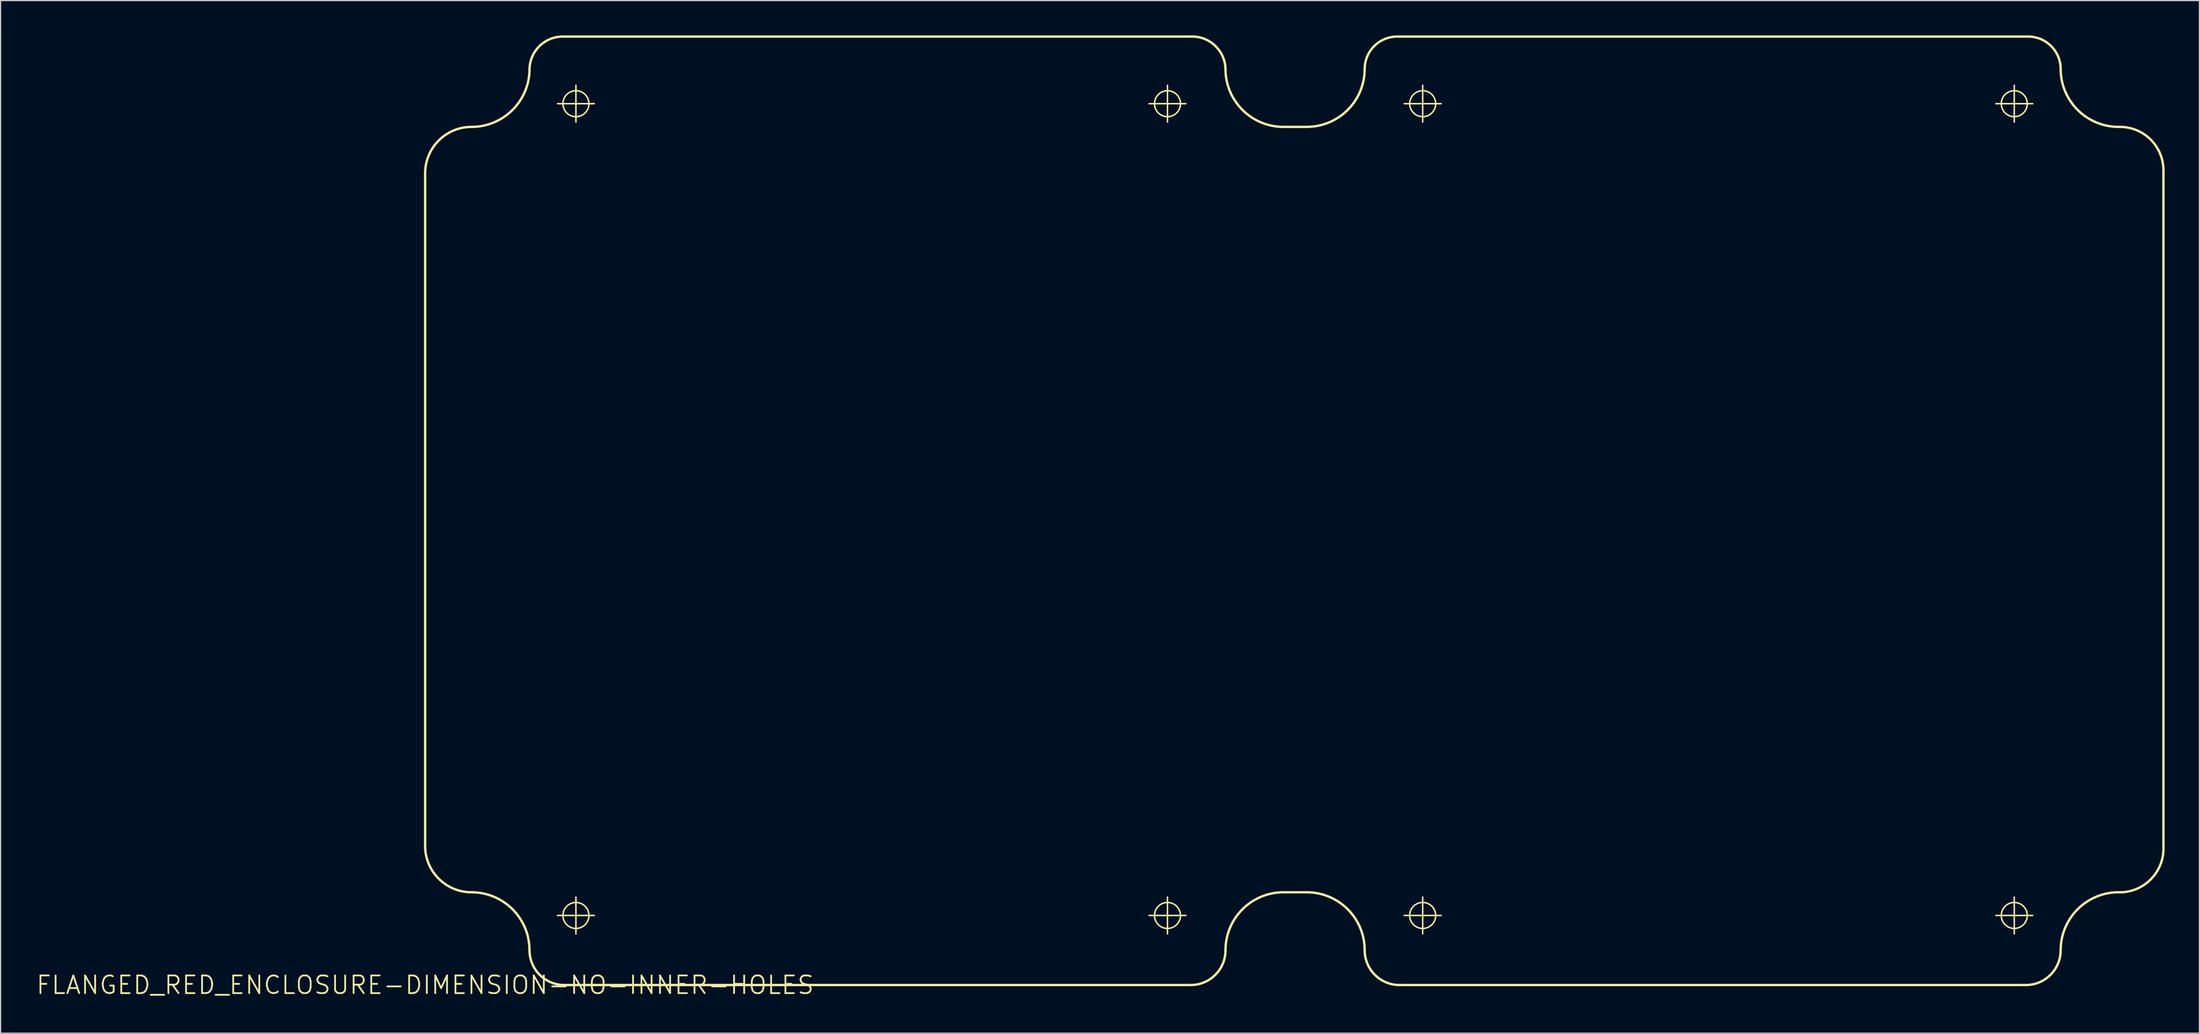
<source format=kicad_pcb>
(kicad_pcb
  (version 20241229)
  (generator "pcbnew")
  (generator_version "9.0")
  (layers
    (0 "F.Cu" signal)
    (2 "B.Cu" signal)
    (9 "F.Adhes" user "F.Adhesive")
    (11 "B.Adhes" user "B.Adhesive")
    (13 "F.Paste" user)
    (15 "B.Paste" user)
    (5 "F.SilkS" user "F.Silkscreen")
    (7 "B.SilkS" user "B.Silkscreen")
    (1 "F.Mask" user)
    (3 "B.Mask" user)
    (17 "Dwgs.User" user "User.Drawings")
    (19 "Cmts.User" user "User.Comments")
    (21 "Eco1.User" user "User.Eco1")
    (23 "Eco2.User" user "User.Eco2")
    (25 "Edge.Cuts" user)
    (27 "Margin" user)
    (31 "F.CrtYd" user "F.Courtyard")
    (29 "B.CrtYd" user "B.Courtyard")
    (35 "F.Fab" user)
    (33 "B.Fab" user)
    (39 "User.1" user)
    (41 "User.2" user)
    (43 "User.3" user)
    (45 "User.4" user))
  (footprint "FLANGED_RED_ENCLOSURE-DIMENSION-NO-INNER-HOLES"
    (layer "F.Cu")
    (at 33.601 81.891)
    (property "Reference" "FLANGED_RED_ENCLOSURE-DIMENSION-NO-INNER-HOLES" (at 0 0 0) (layer "F.SilkS") (effects (font (size 1.524 1.524) (thickness 0.15))))
    (attr exclude_from_pos_files exclude_from_bom)
    (fp_line (start 0 -70) (end 0 -11.999) (stroke (width 0.203) (type solid)) (layer "F.SilkS"))
    (fp_line (start 11.412 -75.999) (end 14.587 -75.999) (stroke (width 0.127) (type solid)) (layer "F.SilkS"))
    (fp_line (start 11.412 -5.999) (end 14.587 -5.999) (stroke (width 0.127) (type solid)) (layer "F.SilkS"))
    (fp_line (start 11.999 0) (end 65.999 0) (stroke (width 0.203) (type solid)) (layer "F.SilkS"))
    (fp_line (start 13 -74.412) (end 13 -77.587) (stroke (width 0.127) (type solid)) (layer "F.SilkS"))
    (fp_line (start 13 -4.412) (end 13 -7.587) (stroke (width 0.127) (type solid)) (layer "F.SilkS"))
    (fp_line (start 62.41 -75.999) (end 65.585 -75.999) (stroke (width 0.127) (type solid)) (layer "F.SilkS"))
    (fp_line (start 62.41 -5.999) (end 65.585 -5.999) (stroke (width 0.127) (type solid)) (layer "F.SilkS"))
    (fp_line (start 63.998 -74.412) (end 63.998 -77.587) (stroke (width 0.127) (type solid)) (layer "F.SilkS"))
    (fp_line (start 63.998 -4.412) (end 63.998 -7.587) (stroke (width 0.127) (type solid)) (layer "F.SilkS"))
    (fp_line (start 66.04 -81.788) (end 11.938 -81.788) (stroke (width 0.203) (type solid)) (layer "F.SilkS"))
    (fp_line (start 73.998 -73.998) (end 75.999 -73.998) (stroke (width 0.203) (type solid)) (layer "F.SilkS"))
    (fp_line (start 73.998 -7.998) (end 75.999 -7.998) (stroke (width 0.203) (type solid)) (layer "F.SilkS"))
    (fp_line (start 83.998 0) (end 137.998 0) (stroke (width 0.203) (type solid)) (layer "F.SilkS"))
    (fp_line (start 84.412 -75.999) (end 87.587 -75.999) (stroke (width 0.127) (type solid)) (layer "F.SilkS"))
    (fp_line (start 84.412 -5.999) (end 87.587 -5.999) (stroke (width 0.127) (type solid)) (layer "F.SilkS"))
    (fp_line (start 85.999 -74.412) (end 85.999 -77.587) (stroke (width 0.127) (type solid)) (layer "F.SilkS"))
    (fp_line (start 85.999 -4.412) (end 85.999 -7.587) (stroke (width 0.127) (type solid)) (layer "F.SilkS"))
    (fp_line (start 135.412 -75.999) (end 138.587 -75.999) (stroke (width 0.127) (type solid)) (layer "F.SilkS"))
    (fp_line (start 135.412 -5.999) (end 138.587 -5.999) (stroke (width 0.127) (type solid)) (layer "F.SilkS"))
    (fp_line (start 137 -74.412) (end 137 -77.587) (stroke (width 0.127) (type solid)) (layer "F.SilkS"))
    (fp_line (start 137 -4.412) (end 137 -7.587) (stroke (width 0.127) (type solid)) (layer "F.SilkS"))
    (fp_line (start 138.176 -81.788) (end 83.82 -81.788) (stroke (width 0.203) (type solid)) (layer "F.SilkS"))
    (fp_line (start 149.86 -11.684) (end 149.86 -70.358) (stroke (width 0.203) (type solid)) (layer "F.SilkS"))
    (fp_arc (start 0 -69.99986) (mid 1.170975 -72.826845) (end 3.99796 -73.99782) (stroke (width 0.2032) (type solid)) (layer "F.SilkS"))
    (fp_arc (start 3.99796 -7.99846) (mid 1.169179 -9.170179) (end -0.00254 -11.99896) (stroke (width 0.2032) (type solid)) (layer "F.SilkS"))
    (fp_arc (start 3.99796 -7.99846) (mid 7.532589 -6.534369) (end 8.99668 -2.99974) (stroke (width 0.2032) (type solid)) (layer "F.SilkS"))
    (fp_arc (start 8.99922 -78.99908) (mid 7.534385 -75.462655) (end 3.99796 -73.99782) (stroke (width 0.2032) (type solid)) (layer "F.SilkS"))
    (fp_arc (start 8.99922 -78.99908) (mid 9.891532 -81.000911) (end 11.938 -81.78546) (stroke (width 0.2032) (type solid)) (layer "F.SilkS"))
    (fp_arc (start 11.99896 0) (mid 9.877824 -0.878604) (end 8.99922 -2.99974) (stroke (width 0.2032) (type solid)) (layer "F.SilkS"))
    (fp_arc (start 66.04 -81.788) (mid 68.09768 -81.00512) (end 68.9991 -78.99654) (stroke (width 0.2032) (type solid)) (layer "F.SilkS"))
    (fp_arc (start 68.9991 -2.99974) (mid 68.120496 -0.878604) (end 65.99936 0) (stroke (width 0.2032) (type solid)) (layer "F.SilkS"))
    (fp_arc (start 68.9991 -2.99974) (mid 70.463191 -6.534369) (end 73.99782 -7.99846) (stroke (width 0.2032) (type solid)) (layer "F.SilkS"))
    (fp_arc (start 73.99782 -73.99782) (mid 70.461395 -75.462655) (end 68.99656 -78.99908) (stroke (width 0.2032) (type solid)) (layer "F.SilkS"))
    (fp_arc (start 75.99934 -7.99846) (mid 79.533969 -6.534369) (end 80.99806 -2.99974) (stroke (width 0.2032) (type solid)) (layer "F.SilkS"))
    (fp_arc (start 80.99806 -78.99908) (mid 79.533969 -75.464451) (end 75.99934 -74.00036) (stroke (width 0.2032) (type solid)) (layer "F.SilkS"))
    (fp_arc (start 80.99806 -78.99908) (mid 81.830156 -80.977457) (end 83.81746 -81.788) (stroke (width 0.2032) (type solid)) (layer "F.SilkS"))
    (fp_arc (start 83.9978 0) (mid 81.876664 -0.878604) (end 80.99806 -2.99974) (stroke (width 0.2032) (type solid)) (layer "F.SilkS"))
    (fp_arc (start 138.176 -81.788) (mid 140.165844 -80.978509) (end 141.00048 -78.99908) (stroke (width 0.2032) (type solid)) (layer "F.SilkS"))
    (fp_arc (start 140.99794 -2.99974) (mid 140.119336 -0.878604) (end 137.9982 0) (stroke (width 0.2032) (type solid)) (layer "F.SilkS"))
    (fp_arc (start 140.99794 -2.99974) (mid 142.462775 -6.536165) (end 145.9992 -8.001) (stroke (width 0.2032) (type solid)) (layer "F.SilkS"))
    (fp_arc (start 145.9992 -73.99782) (mid 142.462775 -75.462655) (end 140.99794 -78.99908) (stroke (width 0.2032) (type solid)) (layer "F.SilkS"))
    (fp_arc (start 145.9992 -73.99782) (mid 148.682161 -72.976982) (end 149.85746 -70.358) (stroke (width 0.2032) (type solid)) (layer "F.SilkS"))
    (fp_arc (start 149.86 -11.684) (mid 148.693426 -9.040362) (end 145.9992 -7.99592) (stroke (width 0.2032) (type solid)) (layer "F.SilkS"))
    (fp_circle (center 13 -75.999) (end 13.792 -76.792) (stroke (width 0.127) (type solid)) (fill no) (layer "F.SilkS"))
    (fp_circle (center 13 -5.999) (end 13.792 -6.792) (stroke (width 0.127) (type solid)) (fill no) (layer "F.SilkS"))
    (fp_circle (center 63.998 -75.999) (end 64.79 -76.792) (stroke (width 0.127) (type solid)) (fill no) (layer "F.SilkS"))
    (fp_circle (center 63.998 -5.999) (end 64.79 -6.792) (stroke (width 0.127) (type solid)) (fill no) (layer "F.SilkS"))
    (fp_circle (center 85.999 -75.999) (end 86.792 -76.792) (stroke (width 0.127) (type solid)) (fill no) (layer "F.SilkS"))
    (fp_circle (center 85.999 -5.999) (end 86.792 -6.792) (stroke (width 0.127) (type solid)) (fill no) (layer "F.SilkS"))
    (fp_circle (center 137 -75.999) (end 137.792 -76.792) (stroke (width 0.127) (type solid)) (fill no) (layer "F.SilkS"))
    (fp_circle (center 137 -5.999) (end 137.792 -6.792) (stroke (width 0.127) (type solid)) (fill no) (layer "F.SilkS")))
  (gr_rect
    (start -3 -3)
    (end 186.562 86.046)
    (stroke (width 0.1) (type default))
    (fill no)
    (layer "Edge.Cuts")))
</source>
